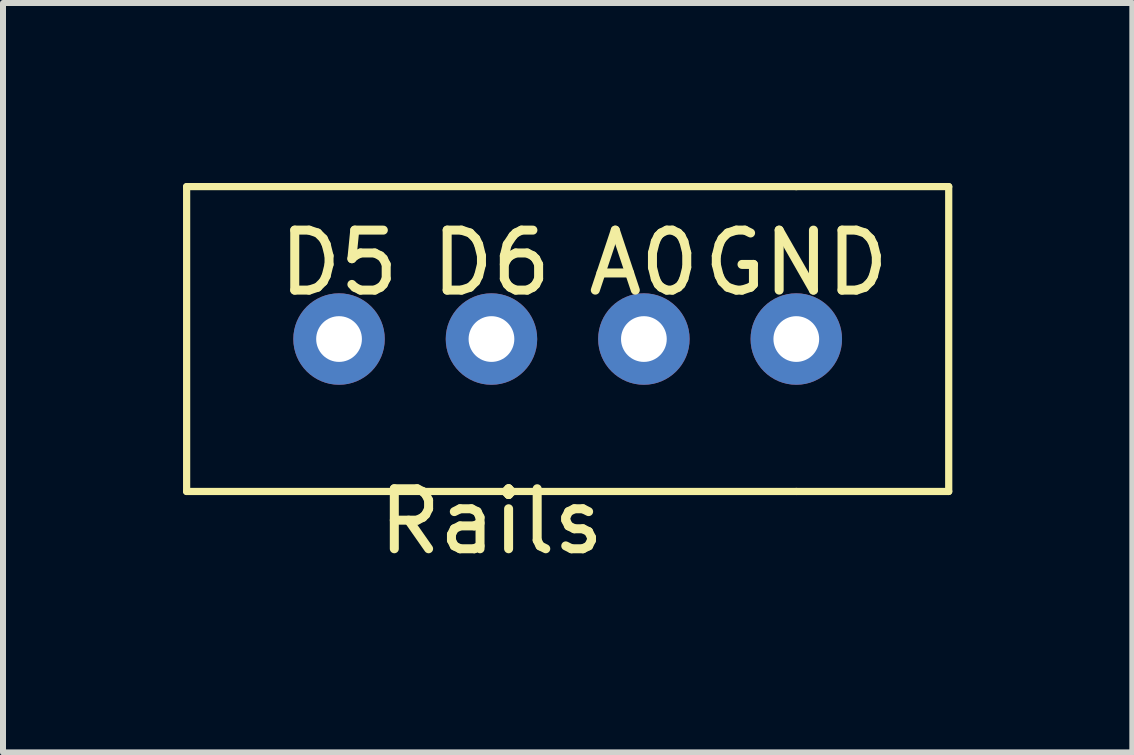
<source format=kicad_pcb>
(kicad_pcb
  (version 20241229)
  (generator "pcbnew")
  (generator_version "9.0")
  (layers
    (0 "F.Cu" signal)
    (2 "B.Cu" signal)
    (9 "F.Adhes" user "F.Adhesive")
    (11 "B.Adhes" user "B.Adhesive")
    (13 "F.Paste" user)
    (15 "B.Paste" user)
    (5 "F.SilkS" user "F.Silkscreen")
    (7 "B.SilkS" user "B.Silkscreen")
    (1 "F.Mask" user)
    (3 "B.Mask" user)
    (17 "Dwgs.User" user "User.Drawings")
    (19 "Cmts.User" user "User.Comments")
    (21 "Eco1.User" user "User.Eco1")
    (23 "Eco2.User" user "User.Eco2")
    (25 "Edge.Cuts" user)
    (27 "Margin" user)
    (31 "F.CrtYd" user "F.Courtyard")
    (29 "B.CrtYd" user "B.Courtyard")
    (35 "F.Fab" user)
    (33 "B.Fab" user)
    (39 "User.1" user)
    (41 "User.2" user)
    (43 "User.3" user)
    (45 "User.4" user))
  (footprint "Rails"
    (layer "F.Cu")
    (at 5.14 5.14)
    (property "Reference" "Rails" (at 0 0.5 0) (layer "F.SilkS") (effects (font (size 1 1) (thickness 0.15))))
    (attr through_hole)
    (fp_line (start -5.08 -5.08) (end 5.08 -5.08) (stroke (width 0.12) (type solid)) (layer "F.SilkS"))
    (fp_line (start -5.08 0) (end -5.08 -5.08) (stroke (width 0.12) (type solid)) (layer "F.SilkS"))
    (fp_line (start 5.08 -5.08) (end 7.62 -5.08) (stroke (width 0.12) (type solid)) (layer "F.SilkS"))
    (fp_line (start 5.08 0) (end -5.08 0) (stroke (width 0.12) (type solid)) (layer "F.SilkS"))
    (fp_line (start 7.62 -5.08) (end 7.62 0) (stroke (width 0.12) (type solid)) (layer "F.SilkS"))
    (fp_line (start 7.62 0) (end 5.08 0) (stroke (width 0.12) (type solid)) (layer "F.SilkS"))
    (fp_text user "GND" (at 5.08 -3.81 0) (layer "F.SilkS") (effects (font (size 1 1) (thickness 0.15))))
    (fp_text user "D6" (at 0 -3.81 0) (layer "F.SilkS") (effects (font (size 1 1) (thickness 0.15))))
    (fp_text user "A0" (at 2.54 -3.81 0) (layer "F.SilkS") (effects (font (size 1 1) (thickness 0.15))))
    (fp_text user "D5" (at -2.54 -3.81 0) (layer "F.SilkS") (effects (font (size 1 1) (thickness 0.15))))
    (pad "1" thru_hole circle (at -2.54 -2.54) (size 1.524 1.524) (drill 0.762) (layers "*.Cu" "*.Mask"))
    (pad "2" thru_hole circle (at 0 -2.54) (size 1.524 1.524) (drill 0.762) (layers "*.Cu" "*.Mask"))
    (pad "3" thru_hole circle (at 2.54 -2.54) (size 1.524 1.524) (drill 0.762) (layers "*.Cu" "*.Mask"))
    (pad "4" thru_hole circle (at 5.08 -2.54) (size 1.524 1.524) (drill 0.762) (layers "*.Cu" "*.Mask")))
  (gr_rect
    (start -3 -3)
    (end 15.82 9.488)
    (stroke (width 0.1) (type default))
    (fill no)
    (layer "Edge.Cuts")))
</source>
